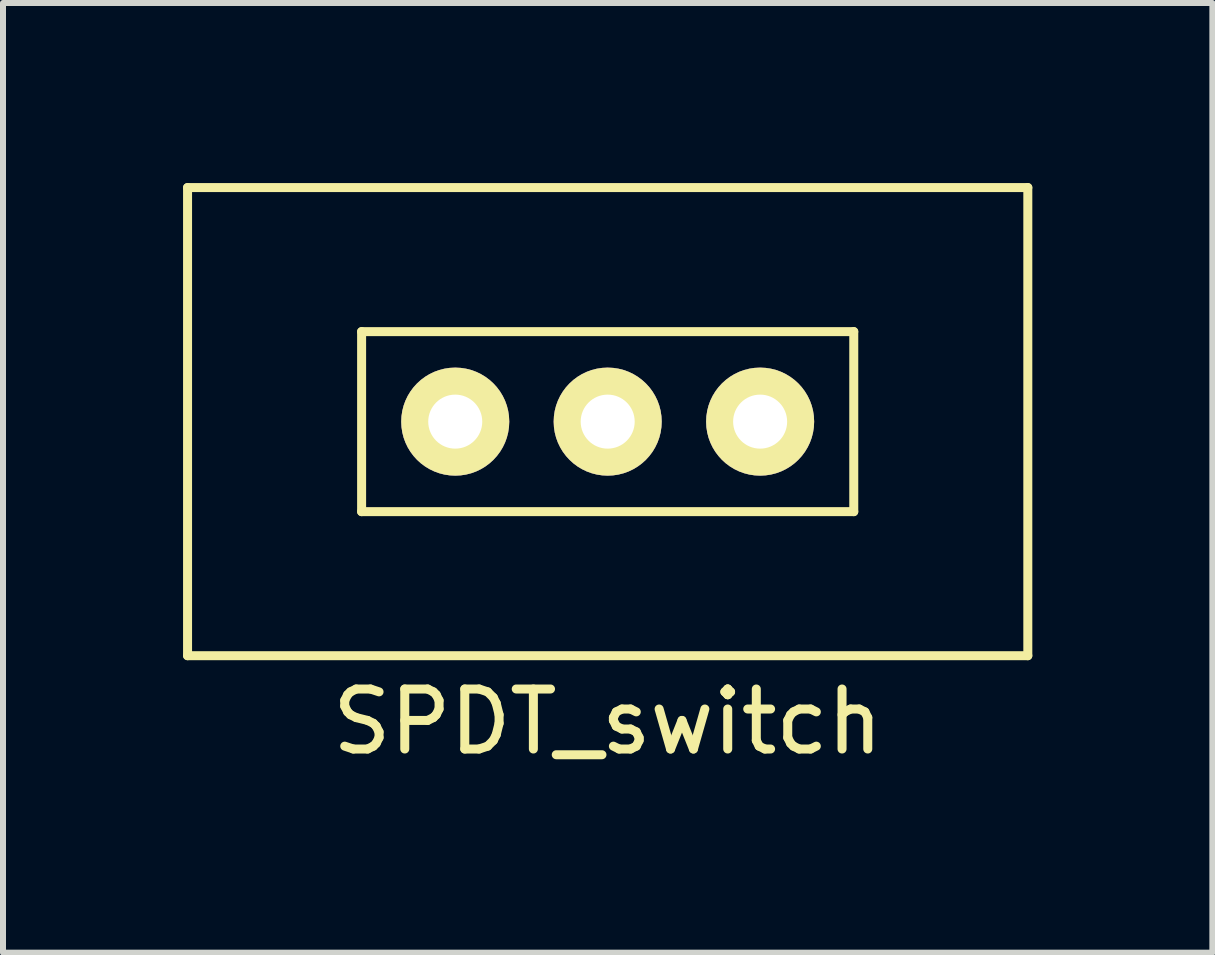
<source format=kicad_pcb>
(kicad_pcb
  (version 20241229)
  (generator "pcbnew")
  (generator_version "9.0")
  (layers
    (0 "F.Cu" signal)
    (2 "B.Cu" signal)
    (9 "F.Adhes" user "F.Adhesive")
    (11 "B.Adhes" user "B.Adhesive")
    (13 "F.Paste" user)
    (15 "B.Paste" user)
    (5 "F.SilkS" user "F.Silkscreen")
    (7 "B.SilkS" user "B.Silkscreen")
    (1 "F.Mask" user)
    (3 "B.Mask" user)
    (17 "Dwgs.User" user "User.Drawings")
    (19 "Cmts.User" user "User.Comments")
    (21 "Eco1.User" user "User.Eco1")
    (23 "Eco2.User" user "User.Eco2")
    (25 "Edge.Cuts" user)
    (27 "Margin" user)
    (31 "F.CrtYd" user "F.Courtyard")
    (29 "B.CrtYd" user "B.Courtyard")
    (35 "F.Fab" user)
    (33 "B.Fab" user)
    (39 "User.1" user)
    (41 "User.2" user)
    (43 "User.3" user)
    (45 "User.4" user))
  (footprint "SPDT_switch"
    (layer "F.Cu")
    (at 7.075 3.975)
    (property "Reference" "SPDT_switch" (at 0 5 0) (layer "F.SilkS") (effects (font (size 1 1) (thickness 0.15))))
    (attr through_hole)
    (fp_line (start -7 -3.9) (end 7 -3.9) (stroke (width 0.15) (type solid)) (layer "F.SilkS"))
    (fp_line (start -7 3.9) (end -7 -3.9) (stroke (width 0.15) (type solid)) (layer "F.SilkS"))
    (fp_line (start -4.1 -1.5) (end 4.1 -1.5) (stroke (width 0.15) (type solid)) (layer "F.SilkS"))
    (fp_line (start -4.1 1.5) (end -4.1 -1.5) (stroke (width 0.15) (type solid)) (layer "F.SilkS"))
    (fp_line (start 4.1 -1.5) (end 4.1 1.5) (stroke (width 0.15) (type solid)) (layer "F.SilkS"))
    (fp_line (start 4.1 1.5) (end -4.1 1.5) (stroke (width 0.15) (type solid)) (layer "F.SilkS"))
    (fp_line (start 7 -3.9) (end 7 3.9) (stroke (width 0.15) (type solid)) (layer "F.SilkS"))
    (fp_line (start 7 3.9) (end -7 3.9) (stroke (width 0.15) (type solid)) (layer "F.SilkS"))
    (pad "1" thru_hole circle (at -2.54 0) (size 1.8 1.8) (drill 0.9) (layers "*.Cu" "*.Mask" "F.SilkS"))
    (pad "2" thru_hole circle (at 0 0) (size 1.8 1.8) (drill 0.9) (layers "*.Cu" "*.Mask" "F.SilkS"))
    (pad "3" thru_hole circle (at 2.54 0) (size 1.8 1.8) (drill 0.9) (layers "*.Cu" "*.Mask" "F.SilkS")))
  (gr_rect
    (start -3 -3)
    (end 17.15 12.823)
    (stroke (width 0.1) (type default))
    (fill no)
    (layer "Edge.Cuts")))
</source>
